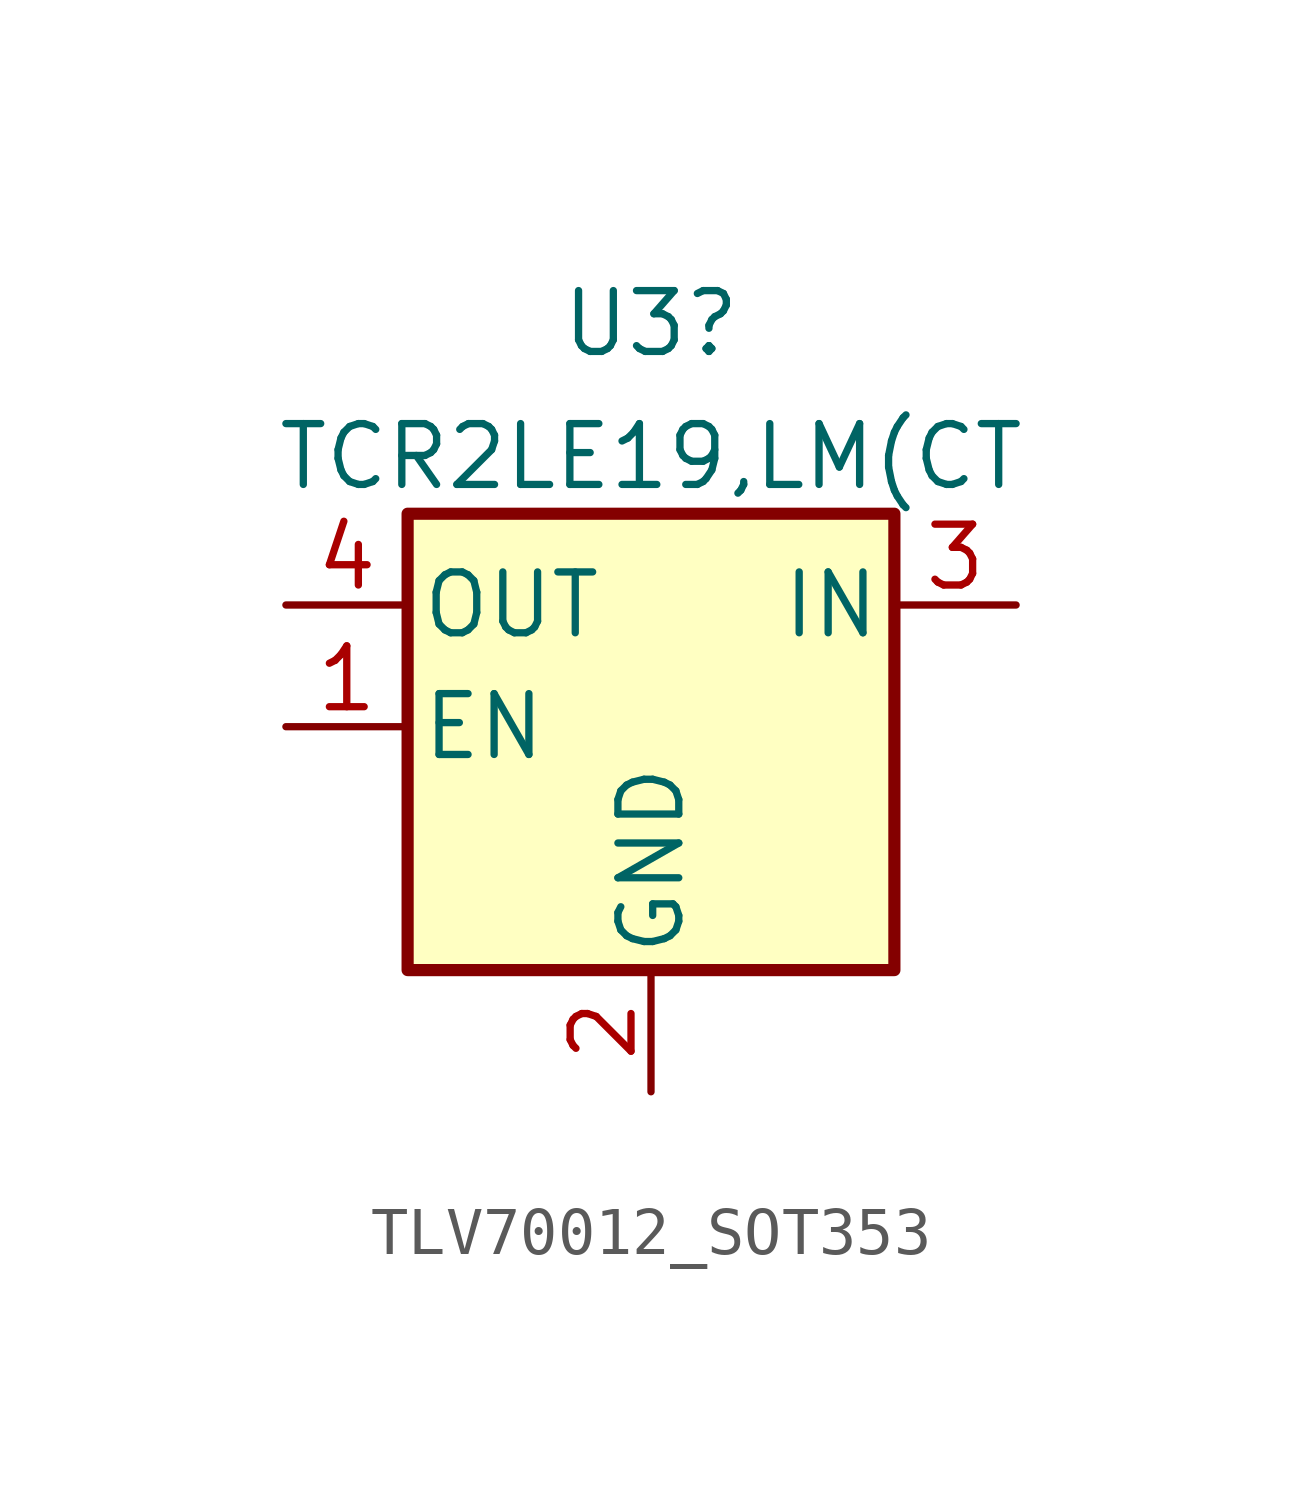
<source format=kicad_sym>
(kicad_symbol_lib
  (version 20211014)
  (generator kicad_symbol_editor)
  (symbol "TLV70012_SOT353"
    (pin_names
      (offset 0.254))
    (property "Reference" "U3"
      (at 0 8.412 0)
      (effects (font (size 1.27 1.27))))
    (property "Value" "TCR2LE19,LM(CT"
      (at 0 5.636 0)
      (effects (font (size 1.27 1.27))))
    (symbol "TLV70012_SOT353_0_1"
      (rectangle (start -5.08 4.445) (end 5.08 -5.08) (stroke (width 0.254) (type default) (color 0 0 0 0)) (fill (type background))))
    (symbol "TLV70012_SOT353_1_1"
      (pin input line (at -7.62 0 0) (length 2.54) (name "EN" (effects (font (size 1.27 1.27)))) (number "1" (effects (font (size 1.27 1.27)))))
      (pin power_in line (at 0 -7.62 90) (length 2.54) (name "GND" (effects (font (size 1.27 1.27)))) (number "2" (effects (font (size 1.27 1.27)))))
      (pin power_in line (at 7.62 2.54 180) (length 2.54) (name "IN" (effects (font (size 1.27 1.27)))) (number "3" (effects (font (size 1.27 1.27)))))
      (pin power_out line (at -7.62 2.54 0) (length 2.54) (name "OUT" (effects (font (size 1.27 1.27)))) (number "4" (effects (font (size 1.27 1.27)))))
      (pin no_connect line (at 5.08 0 180) (length 2.54) hide (name "NC" (effects (font (size 1.27 1.27)))) (number "5" (effects (font (size 1.27 1.27))))))))
</source>
